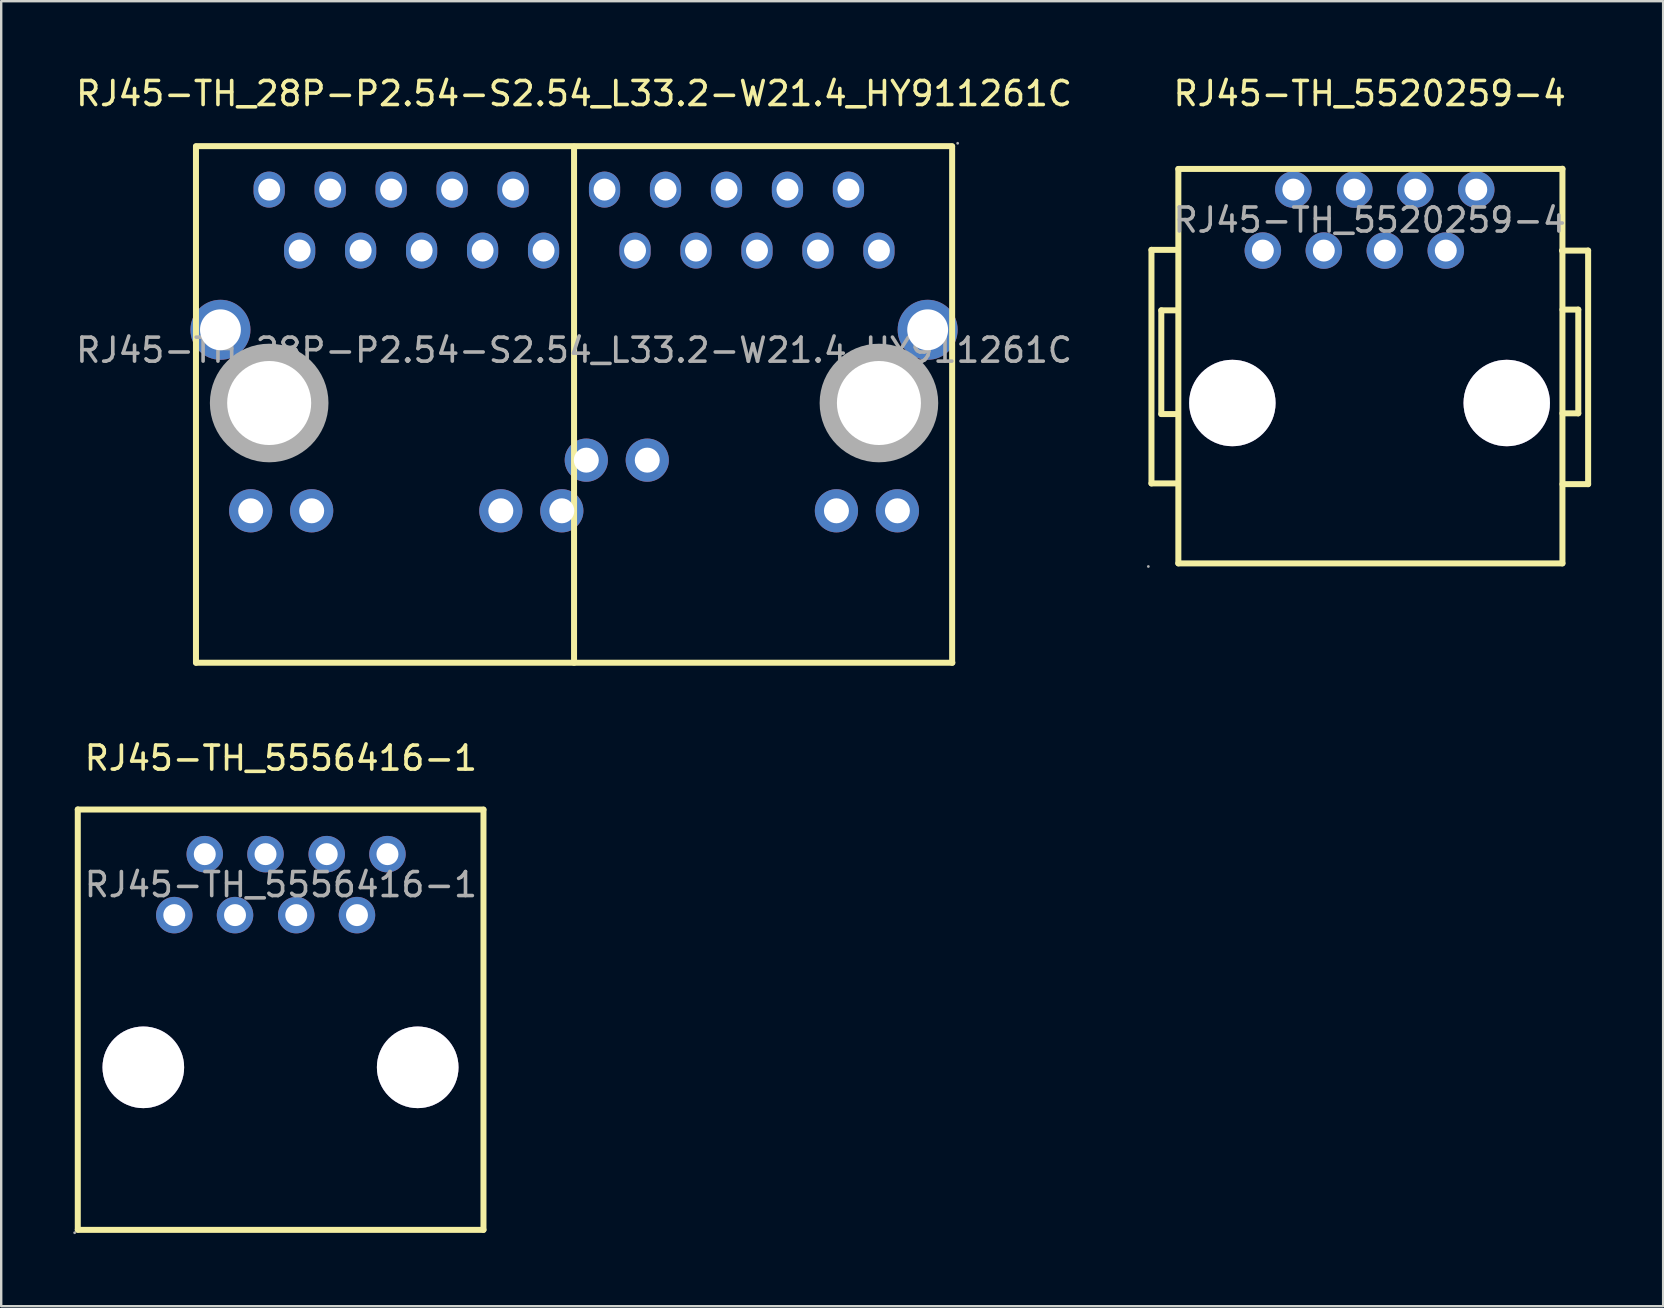
<source format=kicad_pcb>
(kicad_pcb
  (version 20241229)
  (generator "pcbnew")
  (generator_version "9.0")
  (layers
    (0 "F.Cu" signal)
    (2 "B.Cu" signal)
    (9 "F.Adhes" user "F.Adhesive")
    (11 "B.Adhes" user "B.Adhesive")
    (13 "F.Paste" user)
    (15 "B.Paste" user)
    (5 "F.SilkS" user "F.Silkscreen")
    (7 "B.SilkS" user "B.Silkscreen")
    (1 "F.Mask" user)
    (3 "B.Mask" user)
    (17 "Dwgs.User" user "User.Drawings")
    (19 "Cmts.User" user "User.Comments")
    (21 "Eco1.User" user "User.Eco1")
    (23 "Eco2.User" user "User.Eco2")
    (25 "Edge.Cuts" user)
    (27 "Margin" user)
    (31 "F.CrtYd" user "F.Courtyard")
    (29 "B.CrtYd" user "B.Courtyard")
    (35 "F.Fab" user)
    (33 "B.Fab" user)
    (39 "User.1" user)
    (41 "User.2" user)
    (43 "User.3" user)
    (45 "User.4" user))
  (footprint "RJ45-TH_28P-P2.54-S2.54_L33.2-W21.4_HY911261C"
    (layer "F.Cu")
    (at 20.863 11.538)
    (property "Reference" "RJ45-TH_28P-P2.54-S2.54_L33.2-W21.4_HY911261C" (at 0 -10.69 0) (layer "F.SilkS") (effects (font (size 1 1) (thickness 0.15))))
    (attr through_hole)
    (fp_line (start -15.75 13.02) (end -15.75 -8.48) (stroke (width 0.25) (type solid)) (layer "F.SilkS"))
    (fp_line (start 0 13.02) (end 0 -8.48) (stroke (width 0.25) (type solid)) (layer "F.SilkS"))
    (fp_line (start 15.75 -8.5) (end -15.75 -8.5) (stroke (width 0.25) (type solid)) (layer "F.SilkS"))
    (fp_line (start 15.75 13.02) (end 15.75 -8.48) (stroke (width 0.25) (type solid)) (layer "F.SilkS"))
    (fp_line (start 15.76 13.02) (end -15.74 13.02) (stroke (width 0.25) (type solid)) (layer "F.SilkS"))
    (fp_circle (center -14.73 -0.85) (end -14.35 -0.85) (stroke (width 0.75) (type solid)) (fill no) (layer "F.Fab"))
    (fp_circle (center -13.47 6.69) (end -13.26 6.69) (stroke (width 0.42) (type solid)) (fill no) (layer "F.Fab"))
    (fp_circle (center -12.7 -6.69) (end -12.52 -6.69) (stroke (width 0.36) (type solid)) (fill no) (layer "F.Fab"))
    (fp_circle (center -12.7 2.2) (end -11.88 2.2) (stroke (width 1.65) (type solid)) (fill no) (layer "F.Fab"))
    (fp_circle (center -11.43 -4.15) (end -11.25 -4.15) (stroke (width 0.36) (type solid)) (fill no) (layer "F.Fab"))
    (fp_circle (center -10.93 6.69) (end -10.72 6.69) (stroke (width 0.42) (type solid)) (fill no) (layer "F.Fab"))
    (fp_circle (center -10.16 -6.69) (end -9.98 -6.69) (stroke (width 0.36) (type solid)) (fill no) (layer "F.Fab"))
    (fp_circle (center -8.89 -4.15) (end -8.71 -4.15) (stroke (width 0.36) (type solid)) (fill no) (layer "F.Fab"))
    (fp_circle (center -7.62 -6.69) (end -7.44 -6.69) (stroke (width 0.36) (type solid)) (fill no) (layer "F.Fab"))
    (fp_circle (center -6.35 -4.15) (end -6.17 -4.15) (stroke (width 0.36) (type solid)) (fill no) (layer "F.Fab"))
    (fp_circle (center -5.08 -6.69) (end -4.9 -6.69) (stroke (width 0.36) (type solid)) (fill no) (layer "F.Fab"))
    (fp_circle (center -3.81 -4.15) (end -3.63 -4.15) (stroke (width 0.36) (type solid)) (fill no) (layer "F.Fab"))
    (fp_circle (center -3.05 6.69) (end -2.84 6.69) (stroke (width 0.42) (type solid)) (fill no) (layer "F.Fab"))
    (fp_circle (center -2.54 -6.69) (end -2.36 -6.69) (stroke (width 0.36) (type solid)) (fill no) (layer "F.Fab"))
    (fp_circle (center -1.27 -4.15) (end -1.09 -4.15) (stroke (width 0.36) (type solid)) (fill no) (layer "F.Fab"))
    (fp_circle (center -0.51 6.69) (end -0.3 6.69) (stroke (width 0.42) (type solid)) (fill no) (layer "F.Fab"))
    (fp_circle (center 0.51 4.58) (end 0.72 4.58) (stroke (width 0.42) (type solid)) (fill no) (layer "F.Fab"))
    (fp_circle (center 1.27 -6.69) (end 1.45 -6.69) (stroke (width 0.36) (type solid)) (fill no) (layer "F.Fab"))
    (fp_circle (center 2.54 -4.15) (end 2.72 -4.15) (stroke (width 0.36) (type solid)) (fill no) (layer "F.Fab"))
    (fp_circle (center 3.05 4.58) (end 3.26 4.58) (stroke (width 0.42) (type solid)) (fill no) (layer "F.Fab"))
    (fp_circle (center 3.81 -6.69) (end 3.99 -6.69) (stroke (width 0.36) (type solid)) (fill no) (layer "F.Fab"))
    (fp_circle (center 5.08 -4.15) (end 5.26 -4.15) (stroke (width 0.36) (type solid)) (fill no) (layer "F.Fab"))
    (fp_circle (center 6.35 -6.69) (end 6.53 -6.69) (stroke (width 0.36) (type solid)) (fill no) (layer "F.Fab"))
    (fp_circle (center 7.62 -4.15) (end 7.8 -4.15) (stroke (width 0.36) (type solid)) (fill no) (layer "F.Fab"))
    (fp_circle (center 8.89 -6.69) (end 9.07 -6.69) (stroke (width 0.36) (type solid)) (fill no) (layer "F.Fab"))
    (fp_circle (center 10.16 -4.15) (end 10.34 -4.15) (stroke (width 0.36) (type solid)) (fill no) (layer "F.Fab"))
    (fp_circle (center 10.93 6.69) (end 11.14 6.69) (stroke (width 0.42) (type solid)) (fill no) (layer "F.Fab"))
    (fp_circle (center 11.43 -6.69) (end 11.61 -6.69) (stroke (width 0.36) (type solid)) (fill no) (layer "F.Fab"))
    (fp_circle (center 12.7 -4.15) (end 12.88 -4.15) (stroke (width 0.36) (type solid)) (fill no) (layer "F.Fab"))
    (fp_circle (center 12.7 2.2) (end 13.52 2.2) (stroke (width 1.65) (type solid)) (fill no) (layer "F.Fab"))
    (fp_circle (center 13.47 6.69) (end 13.68 6.69) (stroke (width 0.42) (type solid)) (fill no) (layer "F.Fab"))
    (fp_circle (center 14.73 -0.85) (end 15.11 -0.85) (stroke (width 0.75) (type solid)) (fill no) (layer "F.Fab"))
    (fp_circle (center 15.98 -8.62) (end 16.01 -8.62) (stroke (width 0.06) (type solid)) (fill no) (layer "F.Fab"))
    (fp_text user "${REFERENCE}" (at 0 0 0) (layer "F.Fab") (effects (font (size 1 1) (thickness 0.15))))
    (pad "" thru_hole circle (at -12.7 2.2) (size 3.5 3.5) (drill 3.5) (layers "*.Cu" "*.Mask"))
    (pad "" thru_hole circle (at 12.7 2.2) (size 3.5 3.5) (drill 3.5) (layers "*.Cu" "*.Mask"))
    (pad "1" thru_hole oval (at -12.7 -6.69 90) (size 1.5 1.3) (drill 0.914) (layers "*.Cu" "*.Paste" "*.Mask"))
    (pad "1" thru_hole oval (at 1.27 -6.69 90) (size 1.5 1.3) (drill 0.914) (layers "*.Cu" "*.Paste" "*.Mask"))
    (pad "2" thru_hole oval (at -11.43 -4.15 90) (size 1.5 1.3) (drill 0.914) (layers "*.Cu" "*.Paste" "*.Mask"))
    (pad "2" thru_hole oval (at 2.54 -4.15 90) (size 1.5 1.3) (drill 0.914) (layers "*.Cu" "*.Paste" "*.Mask"))
    (pad "3" thru_hole oval (at -10.16 -6.69 90) (size 1.5 1.3) (drill 0.914) (layers "*.Cu" "*.Paste" "*.Mask"))
    (pad "3" thru_hole oval (at 3.81 -6.69 90) (size 1.5 1.3) (drill 0.914) (layers "*.Cu" "*.Paste" "*.Mask"))
    (pad "4" thru_hole oval (at -8.89 -4.15 90) (size 1.5 1.3) (drill 0.914) (layers "*.Cu" "*.Paste" "*.Mask"))
    (pad "4" thru_hole oval (at 5.08 -4.15 90) (size 1.5 1.3) (drill 0.914) (layers "*.Cu" "*.Paste" "*.Mask"))
    (pad "5" thru_hole oval (at -7.62 -6.69 90) (size 1.5 1.3) (drill 0.914) (layers "*.Cu" "*.Paste" "*.Mask"))
    (pad "5" thru_hole oval (at 6.35 -6.69 90) (size 1.5 1.3) (drill 0.914) (layers "*.Cu" "*.Paste" "*.Mask"))
    (pad "6" thru_hole oval (at -6.35 -4.15 90) (size 1.5 1.3) (drill 0.914) (layers "*.Cu" "*.Paste" "*.Mask"))
    (pad "6" thru_hole oval (at 7.62 -4.15 90) (size 1.5 1.3) (drill 0.914) (layers "*.Cu" "*.Paste" "*.Mask"))
    (pad "7" thru_hole oval (at -5.08 -6.69 90) (size 1.5 1.3) (drill 0.914) (layers "*.Cu" "*.Paste" "*.Mask"))
    (pad "7" thru_hole oval (at 8.89 -6.69 90) (size 1.5 1.3) (drill 0.914) (layers "*.Cu" "*.Paste" "*.Mask"))
    (pad "8" thru_hole oval (at -3.81 -4.15 90) (size 1.5 1.3) (drill 0.914) (layers "*.Cu" "*.Paste" "*.Mask"))
    (pad "8" thru_hole oval (at 10.16 -4.15 90) (size 1.5 1.3) (drill 0.914) (layers "*.Cu" "*.Paste" "*.Mask"))
    (pad "9" thru_hole oval (at -2.54 -6.69 90) (size 1.5 1.3) (drill 0.914) (layers "*.Cu" "*.Paste" "*.Mask"))
    (pad "9" thru_hole oval (at 11.43 -6.69 90) (size 1.5 1.3) (drill 0.914) (layers "*.Cu" "*.Paste" "*.Mask"))
    (pad "10" thru_hole oval (at -1.27 -4.15 90) (size 1.5 1.3) (drill 0.914) (layers "*.Cu" "*.Paste" "*.Mask"))
    (pad "10" thru_hole oval (at 12.7 -4.15 90) (size 1.5 1.3) (drill 0.914) (layers "*.Cu" "*.Paste" "*.Mask"))
    (pad "11" thru_hole circle (at -13.47 6.69) (size 1.8 1.8) (drill 1.04) (layers "*.Cu" "*.Paste" "*.Mask"))
    (pad "11" thru_hole circle (at 0.51 4.58) (size 1.8 1.8) (drill 1.04) (layers "*.Cu" "*.Paste" "*.Mask"))
    (pad "12" thru_hole circle (at -10.93 6.69) (size 1.8 1.8) (drill 1.04) (layers "*.Cu" "*.Paste" "*.Mask"))
    (pad "12" thru_hole circle (at 3.05 4.58) (size 1.8 1.8) (drill 1.04) (layers "*.Cu" "*.Paste" "*.Mask"))
    (pad "13" thru_hole circle (at -3.05 6.69) (size 1.8 1.8) (drill 1.04) (layers "*.Cu" "*.Paste" "*.Mask"))
    (pad "13" thru_hole circle (at 10.93 6.69) (size 1.8 1.8) (drill 1.04) (layers "*.Cu" "*.Paste" "*.Mask"))
    (pad "14" thru_hole circle (at -0.51 6.69) (size 1.8 1.8) (drill 1.04) (layers "*.Cu" "*.Paste" "*.Mask"))
    (pad "14" thru_hole circle (at 13.47 6.69) (size 1.8 1.8) (drill 1.04) (layers "*.Cu" "*.Paste" "*.Mask"))
    (pad "29" thru_hole circle (at -14.73 -0.85) (size 2.5 2.5) (drill 1.702) (layers "*.Cu" "*.Paste" "*.Mask"))
    (pad "30" thru_hole circle (at 14.73 -0.85) (size 2.5 2.5) (drill 1.702) (layers "*.Cu" "*.Paste" "*.Mask")))
  (footprint "RJ45-TH_5520259-4"
    (layer "F.Cu")
    (at 54.006 6.118)
    (property "Reference" "RJ45-TH_5520259-4" (at 0 -5.27 0) (layer "F.SilkS") (effects (font (size 1 1) (thickness 0.15))))
    (attr through_hole)
    (fp_line (start -9.09 1.24) (end -8.02 1.24) (stroke (width 0.25) (type solid)) (layer "F.SilkS"))
    (fp_line (start -9.09 10.97) (end -9.09 1.24) (stroke (width 0.25) (type solid)) (layer "F.SilkS"))
    (fp_line (start -8.68 3.76) (end -8.02 3.76) (stroke (width 0.25) (type solid)) (layer "F.SilkS"))
    (fp_line (start -8.68 8.08) (end -8.68 3.76) (stroke (width 0.25) (type solid)) (layer "F.SilkS"))
    (fp_line (start -8.02 8.08) (end -8.68 8.08) (stroke (width 0.25) (type solid)) (layer "F.SilkS"))
    (fp_line (start -8 10.97) (end -9.09 10.97) (stroke (width 0.25) (type solid)) (layer "F.SilkS"))
    (fp_line (start -7.97 -2.13) (end -7.97 14.3) (stroke (width 0.25) (type solid)) (layer "F.SilkS"))
    (fp_line (start -7.97 -2.13) (end 8.03 -2.13) (stroke (width 0.25) (type solid)) (layer "F.SilkS"))
    (fp_line (start -7.97 14.3) (end 8.03 14.3) (stroke (width 0.25) (type solid)) (layer "F.SilkS"))
    (fp_line (start 8.01 1.27) (end 9.1 1.27) (stroke (width 0.25) (type solid)) (layer "F.SilkS"))
    (fp_line (start 8.03 -2.14) (end 8.03 14.3) (stroke (width 0.25) (type solid)) (layer "F.SilkS"))
    (fp_line (start 8.03 3.73) (end 8.69 3.73) (stroke (width 0.25) (type solid)) (layer "F.SilkS"))
    (fp_line (start 8.69 3.73) (end 8.69 8.05) (stroke (width 0.25) (type solid)) (layer "F.SilkS"))
    (fp_line (start 8.69 8.05) (end 8.03 8.05) (stroke (width 0.25) (type solid)) (layer "F.SilkS"))
    (fp_line (start 9.1 1.27) (end 9.1 11) (stroke (width 0.25) (type solid)) (layer "F.SilkS"))
    (fp_line (start 9.1 11) (end 8.03 11) (stroke (width 0.25) (type solid)) (layer "F.SilkS"))
    (fp_circle (center -9.22 14.43) (end -9.19 14.43) (stroke (width 0.06) (type solid)) (fill no) (layer "F.Fab"))
    (fp_circle (center -5.72 7.62) (end -4.87 7.62) (stroke (width 1.7) (type solid)) (fill no) (layer "F.Fab"))
    (fp_circle (center -4.45 1.27) (end -4.27 1.27) (stroke (width 0.36) (type solid)) (fill no) (layer "F.Fab"))
    (fp_circle (center -3.18 -1.27) (end -3 -1.27) (stroke (width 0.36) (type solid)) (fill no) (layer "F.Fab"))
    (fp_circle (center -1.91 1.27) (end -1.73 1.27) (stroke (width 0.36) (type solid)) (fill no) (layer "F.Fab"))
    (fp_circle (center -0.64 -1.27) (end -0.46 -1.27) (stroke (width 0.36) (type solid)) (fill no) (layer "F.Fab"))
    (fp_circle (center 0.63 1.27) (end 0.81 1.27) (stroke (width 0.36) (type solid)) (fill no) (layer "F.Fab"))
    (fp_circle (center 1.9 -1.27) (end 2.08 -1.27) (stroke (width 0.36) (type solid)) (fill no) (layer "F.Fab"))
    (fp_circle (center 3.17 1.27) (end 3.35 1.27) (stroke (width 0.36) (type solid)) (fill no) (layer "F.Fab"))
    (fp_circle (center 4.44 -1.27) (end 4.62 -1.27) (stroke (width 0.36) (type solid)) (fill no) (layer "F.Fab"))
    (fp_circle (center 5.71 7.62) (end 6.56 7.62) (stroke (width 1.7) (type solid)) (fill no) (layer "F.Fab"))
    (fp_text user "${REFERENCE}" (at 0 0 0) (layer "F.Fab") (effects (font (size 1 1) (thickness 0.15))))
    (pad "" thru_hole circle (at -5.72 7.62) (size 3.6 3.6) (drill 3.6) (layers "*.Cu" "*.Mask"))
    (pad "" thru_hole circle (at 5.71 7.62) (size 3.6 3.6) (drill 3.6) (layers "*.Cu" "*.Mask"))
    (pad "1" thru_hole circle (at -4.45 1.27) (size 1.52 1.52) (drill 0.914) (layers "*.Cu" "*.Paste" "*.Mask"))
    (pad "2" thru_hole circle (at -3.18 -1.27) (size 1.52 1.52) (drill 0.914) (layers "*.Cu" "*.Paste" "*.Mask"))
    (pad "3" thru_hole circle (at -1.91 1.27) (size 1.52 1.52) (drill 0.914) (layers "*.Cu" "*.Paste" "*.Mask"))
    (pad "4" thru_hole circle (at -0.64 -1.27) (size 1.52 1.52) (drill 0.914) (layers "*.Cu" "*.Paste" "*.Mask"))
    (pad "5" thru_hole circle (at 0.63 1.27) (size 1.52 1.52) (drill 0.914) (layers "*.Cu" "*.Paste" "*.Mask"))
    (pad "6" thru_hole circle (at 1.9 -1.27) (size 1.52 1.52) (drill 0.914) (layers "*.Cu" "*.Paste" "*.Mask"))
    (pad "7" thru_hole circle (at 3.17 1.27) (size 1.52 1.52) (drill 0.914) (layers "*.Cu" "*.Paste" "*.Mask"))
    (pad "8" thru_hole circle (at 4.44 -1.27) (size 1.52 1.52) (drill 0.914) (layers "*.Cu" "*.Paste" "*.Mask")))
  (footprint "RJ45-TH_5556416-1"
    (layer "F.Cu")
    (at 8.65 33.801)
    (property "Reference" "RJ45-TH_5556416-1" (at 0 -5.27 0) (layer "F.SilkS") (effects (font (size 1 1) (thickness 0.15))))
    (attr through_hole)
    (fp_line (start -8.46 14.37) (end -8.46 -3.13) (stroke (width 0.25) (type solid)) (layer "F.SilkS"))
    (fp_line (start 8.44 -3.13) (end -8.46 -3.13) (stroke (width 0.25) (type solid)) (layer "F.SilkS"))
    (fp_line (start 8.44 14.38) (end -8.46 14.38) (stroke (width 0.25) (type solid)) (layer "F.SilkS"))
    (fp_line (start 8.44 14.38) (end 8.44 -3.12) (stroke (width 0.25) (type solid)) (layer "F.SilkS"))
    (fp_circle (center -8.59 14.5) (end -8.56 14.5) (stroke (width 0.06) (type solid)) (fill no) (layer "F.Fab"))
    (fp_circle (center -5.73 7.61) (end -4.93 7.61) (stroke (width 1.6) (type solid)) (fill no) (layer "F.Fab"))
    (fp_circle (center -4.44 1.27) (end -4.26 1.27) (stroke (width 0.36) (type solid)) (fill no) (layer "F.Fab"))
    (fp_circle (center -3.17 -1.27) (end -2.99 -1.27) (stroke (width 0.36) (type solid)) (fill no) (layer "F.Fab"))
    (fp_circle (center -1.91 1.27) (end -1.73 1.27) (stroke (width 0.36) (type solid)) (fill no) (layer "F.Fab"))
    (fp_circle (center -0.64 -1.27) (end -0.46 -1.27) (stroke (width 0.36) (type solid)) (fill no) (layer "F.Fab"))
    (fp_circle (center 0.64 1.27) (end 0.82 1.27) (stroke (width 0.36) (type solid)) (fill no) (layer "F.Fab"))
    (fp_circle (center 1.91 -1.27) (end 2.09 -1.27) (stroke (width 0.36) (type solid)) (fill no) (layer "F.Fab"))
    (fp_circle (center 3.17 1.27) (end 3.35 1.27) (stroke (width 0.36) (type solid)) (fill no) (layer "F.Fab"))
    (fp_circle (center 4.44 -1.27) (end 4.62 -1.27) (stroke (width 0.36) (type solid)) (fill no) (layer "F.Fab"))
    (fp_circle (center 5.7 7.61) (end 6.5 7.61) (stroke (width 1.6) (type solid)) (fill no) (layer "F.Fab"))
    (fp_text user "${REFERENCE}" (at 0 0 0) (layer "F.Fab") (effects (font (size 1 1) (thickness 0.15))))
    (pad "" thru_hole circle (at -5.73 7.61) (size 3.4 3.4) (drill 3.4) (layers "*.Cu" "*.Mask"))
    (pad "" thru_hole circle (at 5.7 7.61) (size 3.4 3.4) (drill 3.4) (layers "*.Cu" "*.Mask"))
    (pad "1" thru_hole circle (at -4.44 1.27 180) (size 1.52 1.52) (drill 0.914) (layers "*.Cu" "*.Paste" "*.Mask"))
    (pad "2" thru_hole circle (at -3.17 -1.27 180) (size 1.52 1.52) (drill 0.914) (layers "*.Cu" "*.Paste" "*.Mask"))
    (pad "3" thru_hole circle (at -1.91 1.27 180) (size 1.52 1.52) (drill 0.914) (layers "*.Cu" "*.Paste" "*.Mask"))
    (pad "4" thru_hole circle (at -0.64 -1.27 180) (size 1.52 1.52) (drill 0.914) (layers "*.Cu" "*.Paste" "*.Mask"))
    (pad "5" thru_hole circle (at 0.64 1.27 180) (size 1.52 1.52) (drill 0.914) (layers "*.Cu" "*.Paste" "*.Mask"))
    (pad "6" thru_hole circle (at 1.91 -1.27 180) (size 1.52 1.52) (drill 0.914) (layers "*.Cu" "*.Paste" "*.Mask"))
    (pad "7" thru_hole circle (at 3.17 1.27 180) (size 1.52 1.52) (drill 0.914) (layers "*.Cu" "*.Paste" "*.Mask"))
    (pad "8" thru_hole circle (at 4.44 -1.27 180) (size 1.52 1.52) (drill 0.914) (layers "*.Cu" "*.Paste" "*.Mask")))
  (gr_rect
    (start -3 -3)
    (end 66.231 51.361)
    (stroke (width 0.1) (type default))
    (fill no)
    (layer "Edge.Cuts")))
</source>
